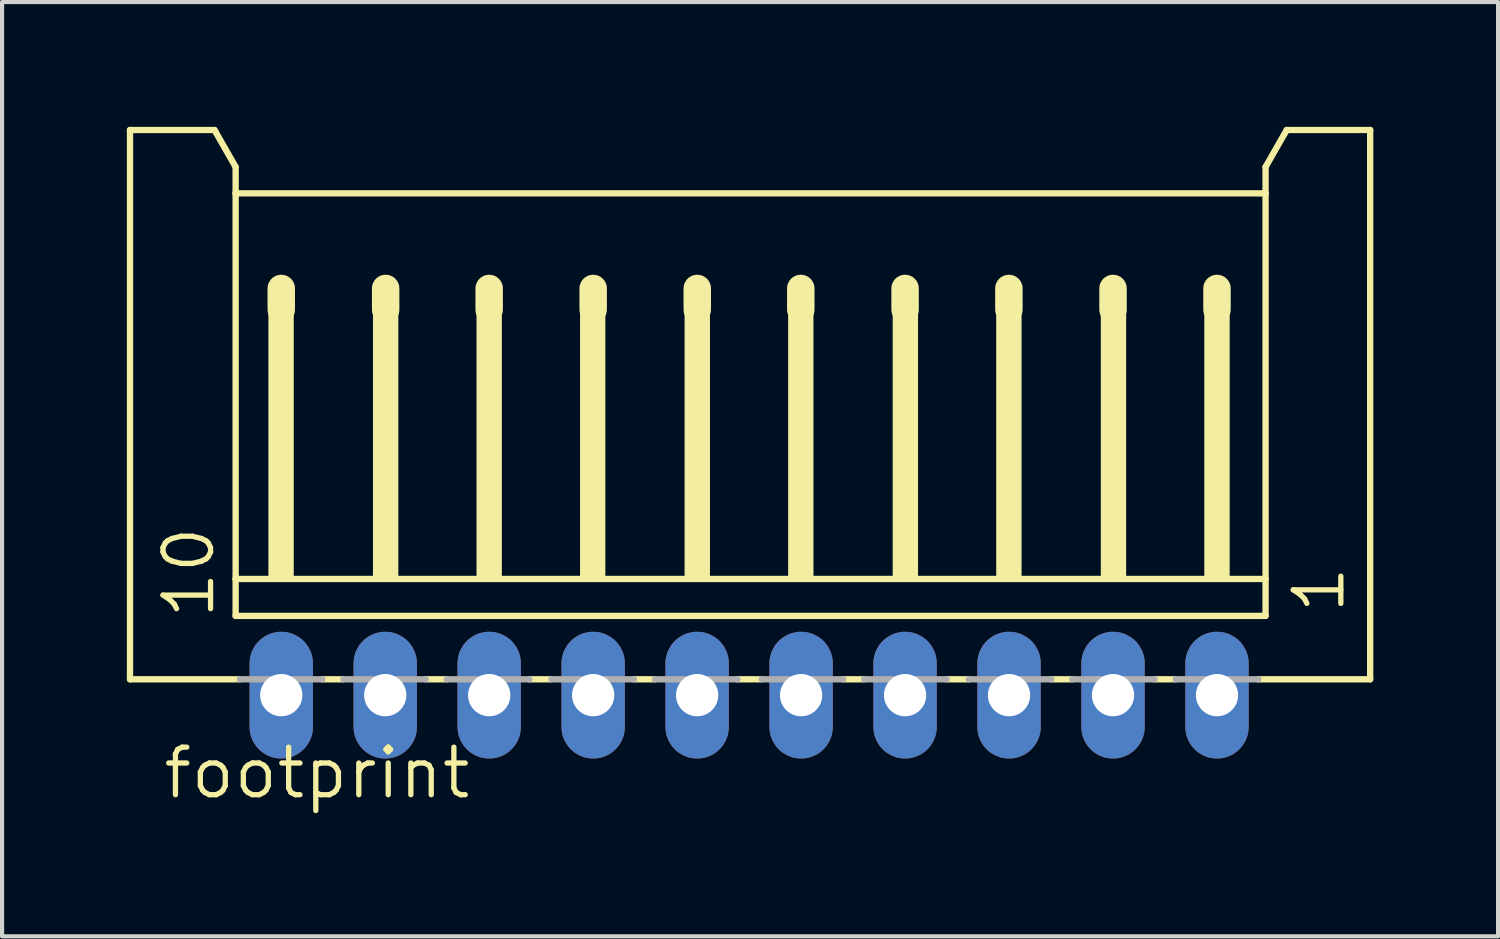
<source format=kicad_pcb>
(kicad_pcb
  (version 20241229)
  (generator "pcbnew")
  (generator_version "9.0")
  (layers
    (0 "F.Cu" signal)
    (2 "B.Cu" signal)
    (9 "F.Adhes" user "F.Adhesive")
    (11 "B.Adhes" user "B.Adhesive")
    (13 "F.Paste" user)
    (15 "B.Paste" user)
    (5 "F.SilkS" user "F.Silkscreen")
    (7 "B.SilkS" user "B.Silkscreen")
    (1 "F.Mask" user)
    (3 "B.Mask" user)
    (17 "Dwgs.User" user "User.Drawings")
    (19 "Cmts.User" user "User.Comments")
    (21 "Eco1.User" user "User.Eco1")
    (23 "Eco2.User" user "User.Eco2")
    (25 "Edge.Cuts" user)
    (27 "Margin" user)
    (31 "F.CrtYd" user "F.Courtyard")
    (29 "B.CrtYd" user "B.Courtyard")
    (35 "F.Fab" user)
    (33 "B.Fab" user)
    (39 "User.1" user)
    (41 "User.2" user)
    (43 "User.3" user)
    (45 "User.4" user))
  (footprint "footprint"
    (layer "F.Cu")
    (at 14.963 7.415)
    (property "Reference" "footprint" (at -14.15 8.79 0) (layer "F.SilkS") (effects (font (size 1.143 1.143) (thickness 0.127)) (justify left bottom)))
    (fp_line (start -14.887 -7.339) (end -12.855 -7.339) (stroke (width 0.152) (type solid)) (layer "F.SilkS"))
    (fp_line (start -14.887 5.869) (end -14.887 -7.339) (stroke (width 0.152) (type solid)) (layer "F.SilkS"))
    (fp_line (start -12.855 -7.339) (end -12.347 -6.45) (stroke (width 0.152) (type solid)) (layer "F.SilkS"))
    (fp_line (start -12.347 -6.45) (end -12.347 -5.815) (stroke (width 0.152) (type solid)) (layer "F.SilkS"))
    (fp_line (start -12.347 -5.815) (end -12.347 3.456) (stroke (width 0.152) (type solid)) (layer "F.SilkS"))
    (fp_line (start -12.347 3.456) (end -12.347 4.345) (stroke (width 0.152) (type solid)) (layer "F.SilkS"))
    (fp_line (start -12.245 5.869) (end -14.887 5.869) (stroke (width 0.152) (type solid)) (layer "F.SilkS"))
    (fp_line (start -11.25 -3.529) (end -11.25 -3.021) (stroke (width 0.66) (type solid)) (layer "F.SilkS"))
    (fp_line (start -9.756 5.869) (end -10.264 5.869) (stroke (width 0.152) (type solid)) (layer "F.SilkS"))
    (fp_line (start -8.74 -3.529) (end -8.74 -3.021) (stroke (width 0.66) (type solid)) (layer "F.SilkS"))
    (fp_line (start -7.267 5.869) (end -7.775 5.869) (stroke (width 0.152) (type solid)) (layer "F.SilkS"))
    (fp_line (start -6.251 -3.529) (end -6.251 -3.021) (stroke (width 0.66) (type solid)) (layer "F.SilkS"))
    (fp_line (start -4.752 5.869) (end -5.285 5.869) (stroke (width 0.152) (type solid)) (layer "F.SilkS"))
    (fp_line (start -3.75 -3.529) (end -3.75 -3.021) (stroke (width 0.66) (type solid)) (layer "F.SilkS"))
    (fp_line (start -2.263 5.869) (end -2.771 5.869) (stroke (width 0.152) (type solid)) (layer "F.SilkS"))
    (fp_line (start -1.247 -3.529) (end -1.247 -3.021) (stroke (width 0.66) (type solid)) (layer "F.SilkS"))
    (fp_line (start 0.303 5.869) (end -0.282 5.869) (stroke (width 0.152) (type solid)) (layer "F.SilkS"))
    (fp_line (start 1.242 -3.529) (end 1.242 -3.021) (stroke (width 0.66) (type solid)) (layer "F.SilkS"))
    (fp_line (start 2.766 5.869) (end 2.258 5.869) (stroke (width 0.152) (type solid)) (layer "F.SilkS"))
    (fp_line (start 3.75 -3.529) (end 3.75 -3.021) (stroke (width 0.66) (type solid)) (layer "F.SilkS"))
    (fp_line (start 5.281 5.869) (end 4.748 5.869) (stroke (width 0.152) (type solid)) (layer "F.SilkS"))
    (fp_line (start 6.246 -3.529) (end 6.246 -3.021) (stroke (width 0.66) (type solid)) (layer "F.SilkS"))
    (fp_line (start 7.77 5.869) (end 7.262 5.869) (stroke (width 0.152) (type solid)) (layer "F.SilkS"))
    (fp_line (start 8.75 -3.529) (end 8.75 -3.021) (stroke (width 0.66) (type solid)) (layer "F.SilkS"))
    (fp_line (start 10.259 5.869) (end 9.751 5.869) (stroke (width 0.152) (type solid)) (layer "F.SilkS"))
    (fp_line (start 11.25 -3.529) (end 11.25 -3.021) (stroke (width 0.66) (type solid)) (layer "F.SilkS"))
    (fp_line (start 12.418 -6.45) (end 12.418 -5.815) (stroke (width 0.152) (type solid)) (layer "F.SilkS"))
    (fp_line (start 12.418 -6.45) (end 12.926 -7.339) (stroke (width 0.152) (type solid)) (layer "F.SilkS"))
    (fp_line (start 12.418 -5.815) (end -12.347 -5.815) (stroke (width 0.152) (type solid)) (layer "F.SilkS"))
    (fp_line (start 12.418 -5.815) (end 12.418 3.456) (stroke (width 0.152) (type solid)) (layer "F.SilkS"))
    (fp_line (start 12.418 3.456) (end -12.347 3.456) (stroke (width 0.152) (type solid)) (layer "F.SilkS"))
    (fp_line (start 12.418 3.456) (end 12.418 4.345) (stroke (width 0.152) (type solid)) (layer "F.SilkS"))
    (fp_line (start 12.418 4.345) (end -12.347 4.345) (stroke (width 0.152) (type solid)) (layer "F.SilkS"))
    (fp_line (start 14.933 -7.339) (end 12.926 -7.339) (stroke (width 0.152) (type solid)) (layer "F.SilkS"))
    (fp_line (start 14.933 5.869) (end 12.241 5.869) (stroke (width 0.152) (type solid)) (layer "F.SilkS"))
    (fp_line (start 14.933 5.869) (end 14.933 -7.339) (stroke (width 0.152) (type solid)) (layer "F.SilkS"))
    (fp_poly (pts (xy -11.559 3.456) (xy -10.95 3.456) (xy -10.95 -3.148) (xy -11.559 -3.148)) (stroke (width 0) (type solid)) (fill yes) (layer "F.SilkS"))
    (fp_poly (pts (xy -9.045 3.456) (xy -8.435 3.456) (xy -8.435 -3.148) (xy -9.045 -3.148)) (stroke (width 0) (type solid)) (fill yes) (layer "F.SilkS"))
    (fp_poly (pts (xy -6.555 3.456) (xy -5.946 3.456) (xy -5.946 -3.148) (xy -6.555 -3.148)) (stroke (width 0) (type solid)) (fill yes) (layer "F.SilkS"))
    (fp_poly (pts (xy -4.066 3.456) (xy -3.457 3.456) (xy -3.457 -3.148) (xy -4.066 -3.148)) (stroke (width 0) (type solid)) (fill yes) (layer "F.SilkS"))
    (fp_poly (pts (xy -1.552 3.456) (xy -0.942 3.456) (xy -0.942 -3.148) (xy -1.552 -3.148)) (stroke (width 0) (type solid)) (fill yes) (layer "F.SilkS"))
    (fp_poly (pts (xy 0.938 3.456) (xy 1.547 3.456) (xy 1.547 -3.148) (xy 0.938 -3.148)) (stroke (width 0) (type solid)) (fill yes) (layer "F.SilkS"))
    (fp_poly (pts (xy 3.452 3.456) (xy 4.062 3.456) (xy 4.062 -3.148) (xy 3.452 -3.148)) (stroke (width 0) (type solid)) (fill yes) (layer "F.SilkS"))
    (fp_poly (pts (xy 5.941 3.456) (xy 6.551 3.456) (xy 6.551 -3.148) (xy 5.941 -3.148)) (stroke (width 0) (type solid)) (fill yes) (layer "F.SilkS"))
    (fp_poly (pts (xy 8.456 3.456) (xy 9.066 3.456) (xy 9.066 -3.148) (xy 8.456 -3.148)) (stroke (width 0) (type solid)) (fill yes) (layer "F.SilkS"))
    (fp_poly (pts (xy 10.945 3.456) (xy 11.555 3.456) (xy 11.555 -3.148) (xy 10.945 -3.148)) (stroke (width 0) (type solid)) (fill yes) (layer "F.SilkS"))
    (fp_line (start -12.245 5.869) (end -10.264 5.869) (stroke (width 0.152) (type solid)) (layer "F.Fab"))
    (fp_line (start -9.756 5.869) (end -7.775 5.869) (stroke (width 0.152) (type solid)) (layer "F.Fab"))
    (fp_line (start -7.267 5.869) (end -5.285 5.869) (stroke (width 0.152) (type solid)) (layer "F.Fab"))
    (fp_line (start -4.752 5.869) (end -2.771 5.869) (stroke (width 0.152) (type solid)) (layer "F.Fab"))
    (fp_line (start -2.263 5.869) (end -0.282 5.869) (stroke (width 0.152) (type solid)) (layer "F.Fab"))
    (fp_line (start 0.303 5.869) (end 2.258 5.869) (stroke (width 0.152) (type solid)) (layer "F.Fab"))
    (fp_line (start 2.766 5.869) (end 4.748 5.869) (stroke (width 0.152) (type solid)) (layer "F.Fab"))
    (fp_line (start 5.281 5.869) (end 7.262 5.869) (stroke (width 0.152) (type solid)) (layer "F.Fab"))
    (fp_line (start 7.77 5.869) (end 9.751 5.869) (stroke (width 0.152) (type solid)) (layer "F.Fab"))
    (fp_line (start 10.259 5.869) (end 12.241 5.869) (stroke (width 0.152) (type solid)) (layer "F.Fab"))
    (fp_poly (pts (xy -11.559 6.504) (xy -10.95 6.504) (xy -10.95 5.869) (xy -11.559 5.869)) (stroke (width 0.1) (type solid)) (fill no) (layer "F.Fab"))
    (fp_poly (pts (xy -9.045 6.504) (xy -8.435 6.504) (xy -8.435 5.869) (xy -9.045 5.869)) (stroke (width 0.1) (type solid)) (fill no) (layer "F.Fab"))
    (fp_poly (pts (xy -6.555 6.504) (xy -5.946 6.504) (xy -5.946 5.869) (xy -6.555 5.869)) (stroke (width 0.1) (type solid)) (fill no) (layer "F.Fab"))
    (fp_poly (pts (xy -4.066 6.504) (xy -3.457 6.504) (xy -3.457 5.869) (xy -4.066 5.869)) (stroke (width 0.1) (type solid)) (fill no) (layer "F.Fab"))
    (fp_poly (pts (xy -1.552 6.504) (xy -0.942 6.504) (xy -0.942 5.869) (xy -1.552 5.869)) (stroke (width 0.1) (type solid)) (fill no) (layer "F.Fab"))
    (fp_poly (pts (xy 0.938 6.504) (xy 1.547 6.504) (xy 1.547 5.869) (xy 0.938 5.869)) (stroke (width 0.1) (type solid)) (fill no) (layer "F.Fab"))
    (fp_poly (pts (xy 3.452 6.504) (xy 4.062 6.504) (xy 4.062 5.869) (xy 3.452 5.869)) (stroke (width 0.1) (type solid)) (fill no) (layer "F.Fab"))
    (fp_poly (pts (xy 5.941 6.504) (xy 6.551 6.504) (xy 6.551 5.869) (xy 5.941 5.869)) (stroke (width 0.1) (type solid)) (fill no) (layer "F.Fab"))
    (fp_poly (pts (xy 8.456 6.504) (xy 9.066 6.504) (xy 9.066 5.869) (xy 8.456 5.869)) (stroke (width 0.1) (type solid)) (fill no) (layer "F.Fab"))
    (fp_poly (pts (xy 10.945 6.504) (xy 11.555 6.504) (xy 11.555 5.869) (xy 10.945 5.869)) (stroke (width 0.1) (type solid)) (fill no) (layer "F.Fab"))
    (fp_text user "1" (at 14.374 4.345 90) (layer "F.SilkS") (effects (font (size 1.143 1.143) (thickness 0.127)) (justify left bottom)))
    (fp_text user "10" (at -12.804 4.472 90) (layer "F.SilkS") (effects (font (size 1.143 1.143) (thickness 0.127)) (justify left bottom)))
    (pad "1" thru_hole oval (at 11.25 6.25 90) (size 3.048 1.524) (drill 1.016) (layers "*.Cu" "*.Mask"))
    (pad "2" thru_hole oval (at 8.75 6.25 90) (size 3.048 1.524) (drill 1.016) (layers "*.Cu" "*.Mask"))
    (pad "3" thru_hole oval (at 6.25 6.25 90) (size 3.048 1.524) (drill 1.016) (layers "*.Cu" "*.Mask"))
    (pad "4" thru_hole oval (at 3.75 6.25 90) (size 3.048 1.524) (drill 1.016) (layers "*.Cu" "*.Mask"))
    (pad "5" thru_hole oval (at 1.25 6.25 90) (size 3.048 1.524) (drill 1.016) (layers "*.Cu" "*.Mask"))
    (pad "6" thru_hole oval (at -1.25 6.25 90) (size 3.048 1.524) (drill 1.016) (layers "*.Cu" "*.Mask"))
    (pad "7" thru_hole oval (at -3.75 6.25 90) (size 3.048 1.524) (drill 1.016) (layers "*.Cu" "*.Mask"))
    (pad "8" thru_hole oval (at -6.25 6.25 90) (size 3.048 1.524) (drill 1.016) (layers "*.Cu" "*.Mask"))
    (pad "9" thru_hole oval (at -8.75 6.25 90) (size 3.048 1.524) (drill 1.016) (layers "*.Cu" "*.Mask"))
    (pad "10" thru_hole oval (at -11.25 6.25 90) (size 3.048 1.524) (drill 1.016) (layers "*.Cu" "*.Mask")))
  (gr_rect
    (start -3 -3)
    (end 32.972 19.464)
    (stroke (width 0.1) (type default))
    (fill no)
    (layer "Edge.Cuts")))
</source>
